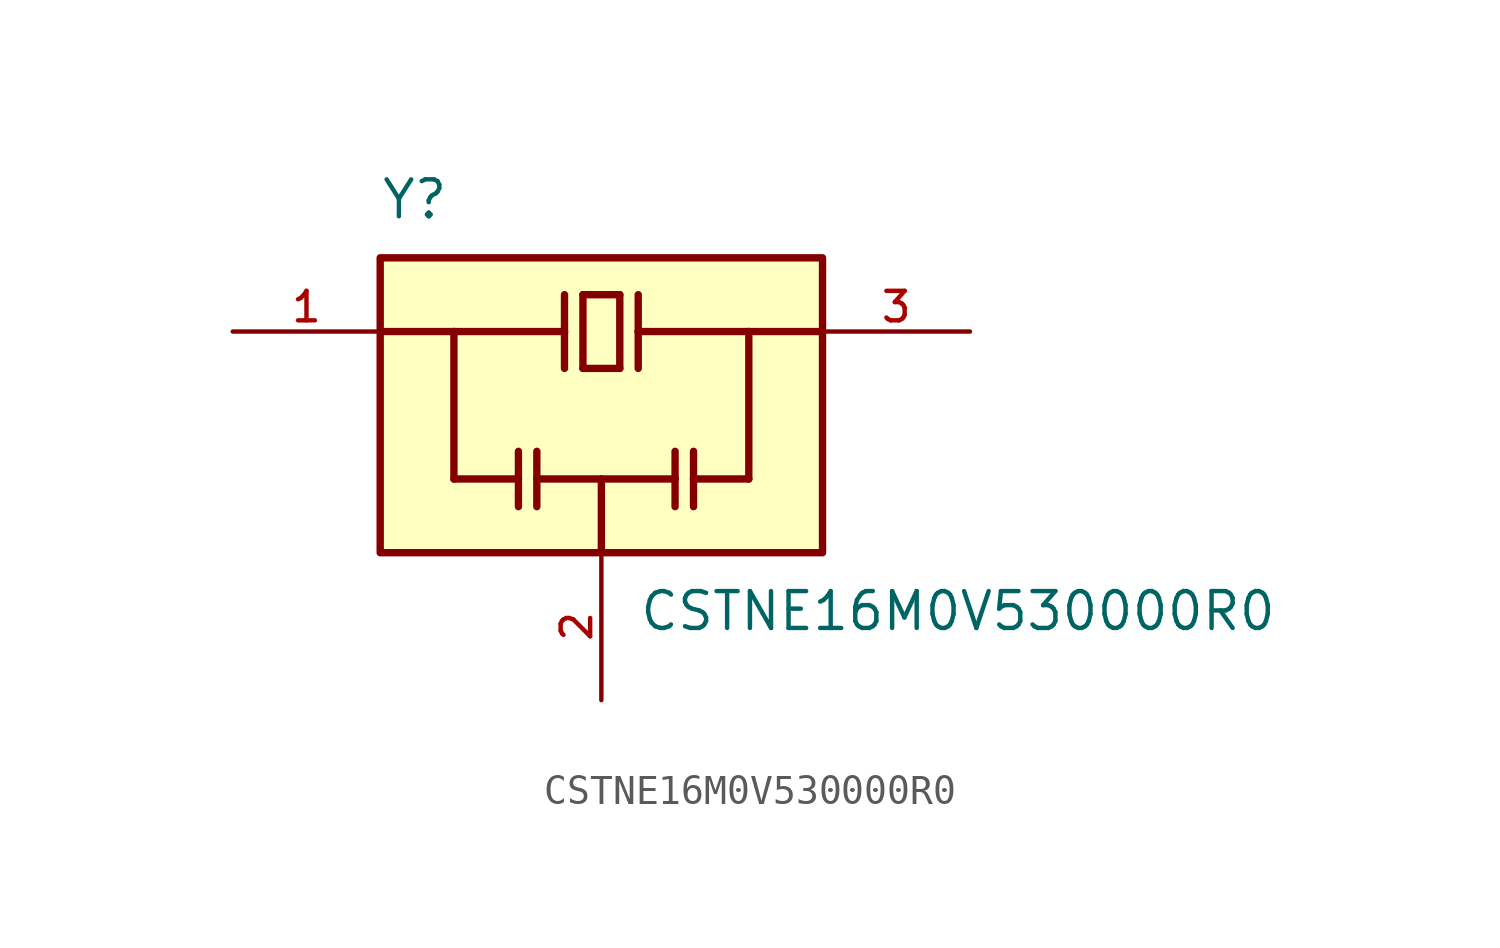
<source format=kicad_sym>
(kicad_symbol_lib
  (version 20211014)
  (generator kicad_symbol_editor)
  (symbol "CSTNE16M0V530000R0"
    (pin_names
      (offset 1.016))
    (property "Reference" "Y"
      (at -7.62 6.35 0)
      (effects (font (size 1.27 1.27)) (justify bottom left)))
    (property "Value" "CSTNE16M0V530000R0"
      (at 1.27 -6.35 0.0)
      (effects (font (size 1.27 1.27)) (justify top left)))
    (symbol "CSTNE16M0V530000R0_0_0"
      (polyline (pts (xy -1.27 3.81) (xy -1.27 2.54)) (stroke (width 0.254)))
      (polyline (pts (xy -1.27 2.54) (xy -1.27 1.27)) (stroke (width 0.254)))
      (polyline (pts (xy -0.635 1.27) (xy -0.635 3.81)) (stroke (width 0.254)))
      (polyline (pts (xy -0.635 3.81) (xy 0.635 3.81)) (stroke (width 0.254)))
      (polyline (pts (xy 0.635 3.81) (xy 0.635 1.27)) (stroke (width 0.254)))
      (polyline (pts (xy 0.635 1.27) (xy -0.635 1.27)) (stroke (width 0.254)))
      (polyline (pts (xy 1.27 3.81) (xy 1.27 2.54)) (stroke (width 0.254)))
      (polyline (pts (xy 1.27 2.54) (xy 1.27 1.27)) (stroke (width 0.254)))
      (polyline (pts (xy -2.857 -1.587) (xy -2.857 -2.54)) (stroke (width 0.254)))
      (polyline (pts (xy -2.857 -2.54) (xy -2.857 -3.493)) (stroke (width 0.254)))
      (polyline (pts (xy -2.223 -1.587) (xy -2.223 -2.54)) (stroke (width 0.254)))
      (polyline (pts (xy -2.223 -2.54) (xy -2.223 -3.493)) (stroke (width 0.254)))
      (polyline (pts (xy 2.54 -1.587) (xy 2.54 -2.54)) (stroke (width 0.254)))
      (polyline (pts (xy 2.54 -2.54) (xy 2.54 -3.493)) (stroke (width 0.254)))
      (polyline (pts (xy 3.175 -1.587) (xy 3.175 -2.54)) (stroke (width 0.254)))
      (polyline (pts (xy 3.175 -2.54) (xy 3.175 -3.493)) (stroke (width 0.254)))
      (polyline (pts (xy -7.62 2.54) (xy -5.08 2.54)) (stroke (width 0.254)))
      (polyline (pts (xy -5.08 2.54) (xy -1.27 2.54)) (stroke (width 0.254)))
      (polyline (pts (xy 1.27 2.54) (xy 5.08 2.54)) (stroke (width 0.254)))
      (polyline (pts (xy 5.08 2.54) (xy 7.62 2.54)) (stroke (width 0.254)))
      (polyline (pts (xy -2.857 -2.54) (xy -5.08 -2.54)) (stroke (width 0.254)))
      (polyline (pts (xy -5.08 -2.54) (xy -5.08 2.54)) (stroke (width 0.254)))
      (polyline (pts (xy 3.175 -2.54) (xy 5.08 -2.54)) (stroke (width 0.254)))
      (polyline (pts (xy 5.08 -2.54) (xy 5.08 2.54)) (stroke (width 0.254)))
      (polyline (pts (xy 0.0 -5.08) (xy 0.0 -2.54)) (stroke (width 0.254)))
      (polyline (pts (xy 0.0 -2.54) (xy -2.223 -2.54)) (stroke (width 0.254)))
      (polyline (pts (xy 0.0 -2.54) (xy 2.54 -2.54)) (stroke (width 0.254)))
      (rectangle (start -7.62 -5.08) (end 7.62 5.08) (stroke (width 0.254)) (fill (type background)))
      (pin input line (at -12.7 2.54 0) (length 5.08) (name "~" (effects (font (size 1.016 1.016)))) (number "1" (effects (font (size 1.016 1.016)))))
      (pin output line (at 12.7 2.54 180.0) (length 5.08) (name "~" (effects (font (size 1.016 1.016)))) (number "3" (effects (font (size 1.016 1.016)))))
      (pin power_in line (at 0.0 -10.16 90.0) (length 5.08) (name "~" (effects (font (size 1.016 1.016)))) (number "2" (effects (font (size 1.016 1.016))))))))
</source>
